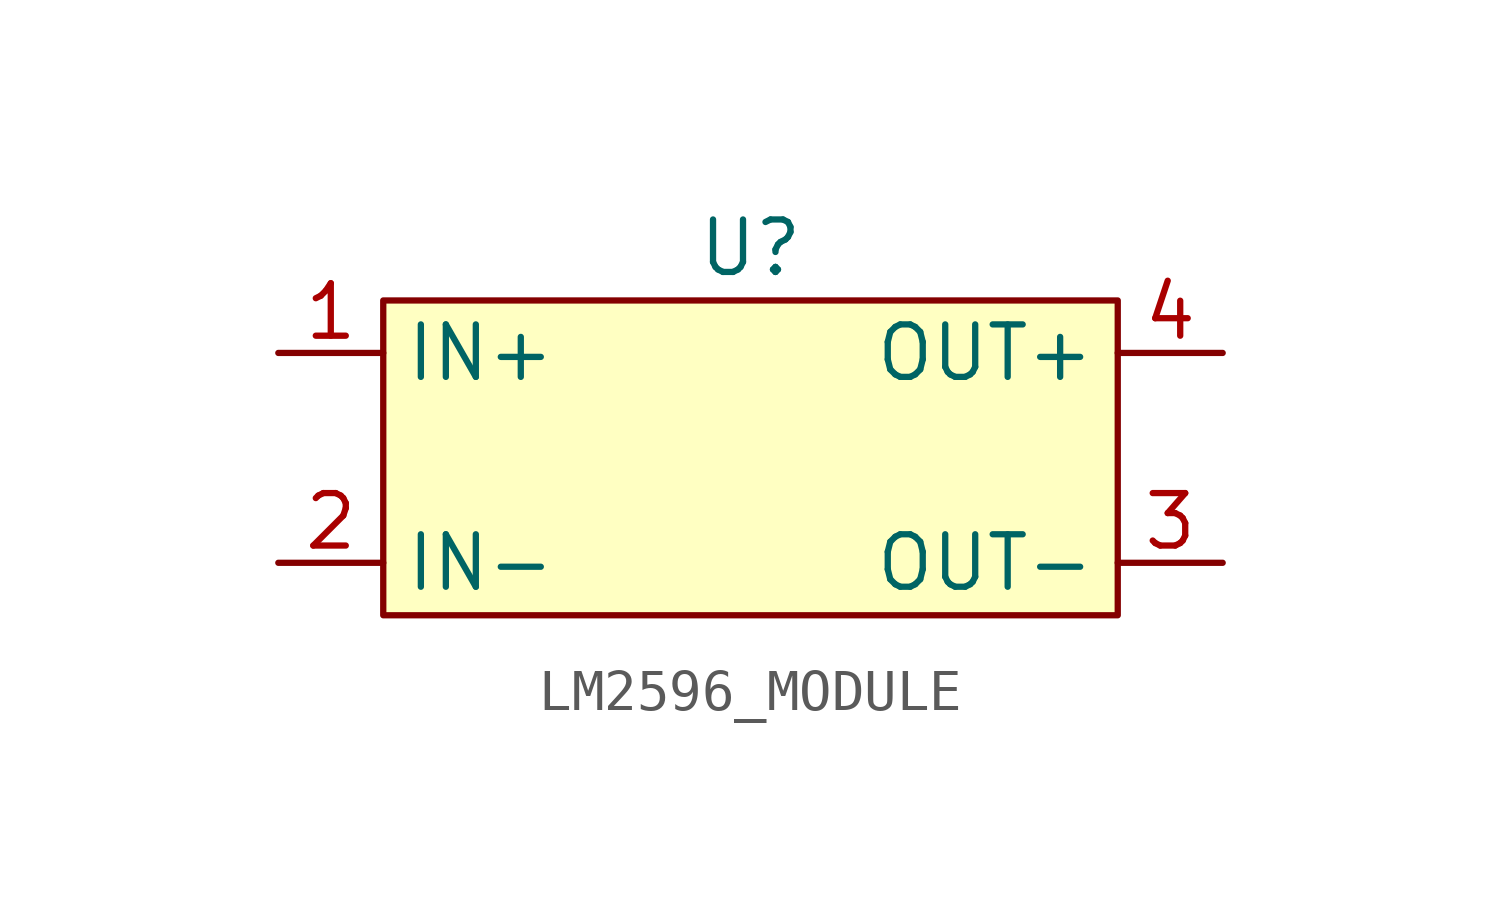
<source format=kicad_sym>
(kicad_symbol_lib
  (version 20220914)
  (generator kicad_symbol_editor)
  (symbol "LM2596_MODULE"
    (property "Reference" "U"
      (at 0 2.54 0)
      (effects (font (size 1.27 1.27))))
    (property "Value" ""
      (at 3.81 0 0)
      (effects (font (size 1.27 1.27))))
    (symbol "LM2596_MODULE_1_1"
      (rectangle (start -8.89 1.27) (end 8.89 -6.35) (stroke (width 0) (type default)) (fill (type background)))
      (pin passive line (at -11.43 0 0) (length 2.54) (name "IN+" (effects (font (size 1.27 1.27)))) (number "1" (effects (font (size 1.27 1.27)))))
      (pin passive line (at -11.43 -5.08 0) (length 2.54) (name "IN-" (effects (font (size 1.27 1.27)))) (number "2" (effects (font (size 1.27 1.27)))))
      (pin power_out line (at 11.43 -5.08 180) (length 2.54) (name "OUT-" (effects (font (size 1.27 1.27)))) (number "3" (effects (font (size 1.27 1.27)))))
      (pin power_out line (at 11.43 0 180) (length 2.54) (name "OUT+" (effects (font (size 1.27 1.27)))) (number "4" (effects (font (size 1.27 1.27))))))))
</source>
